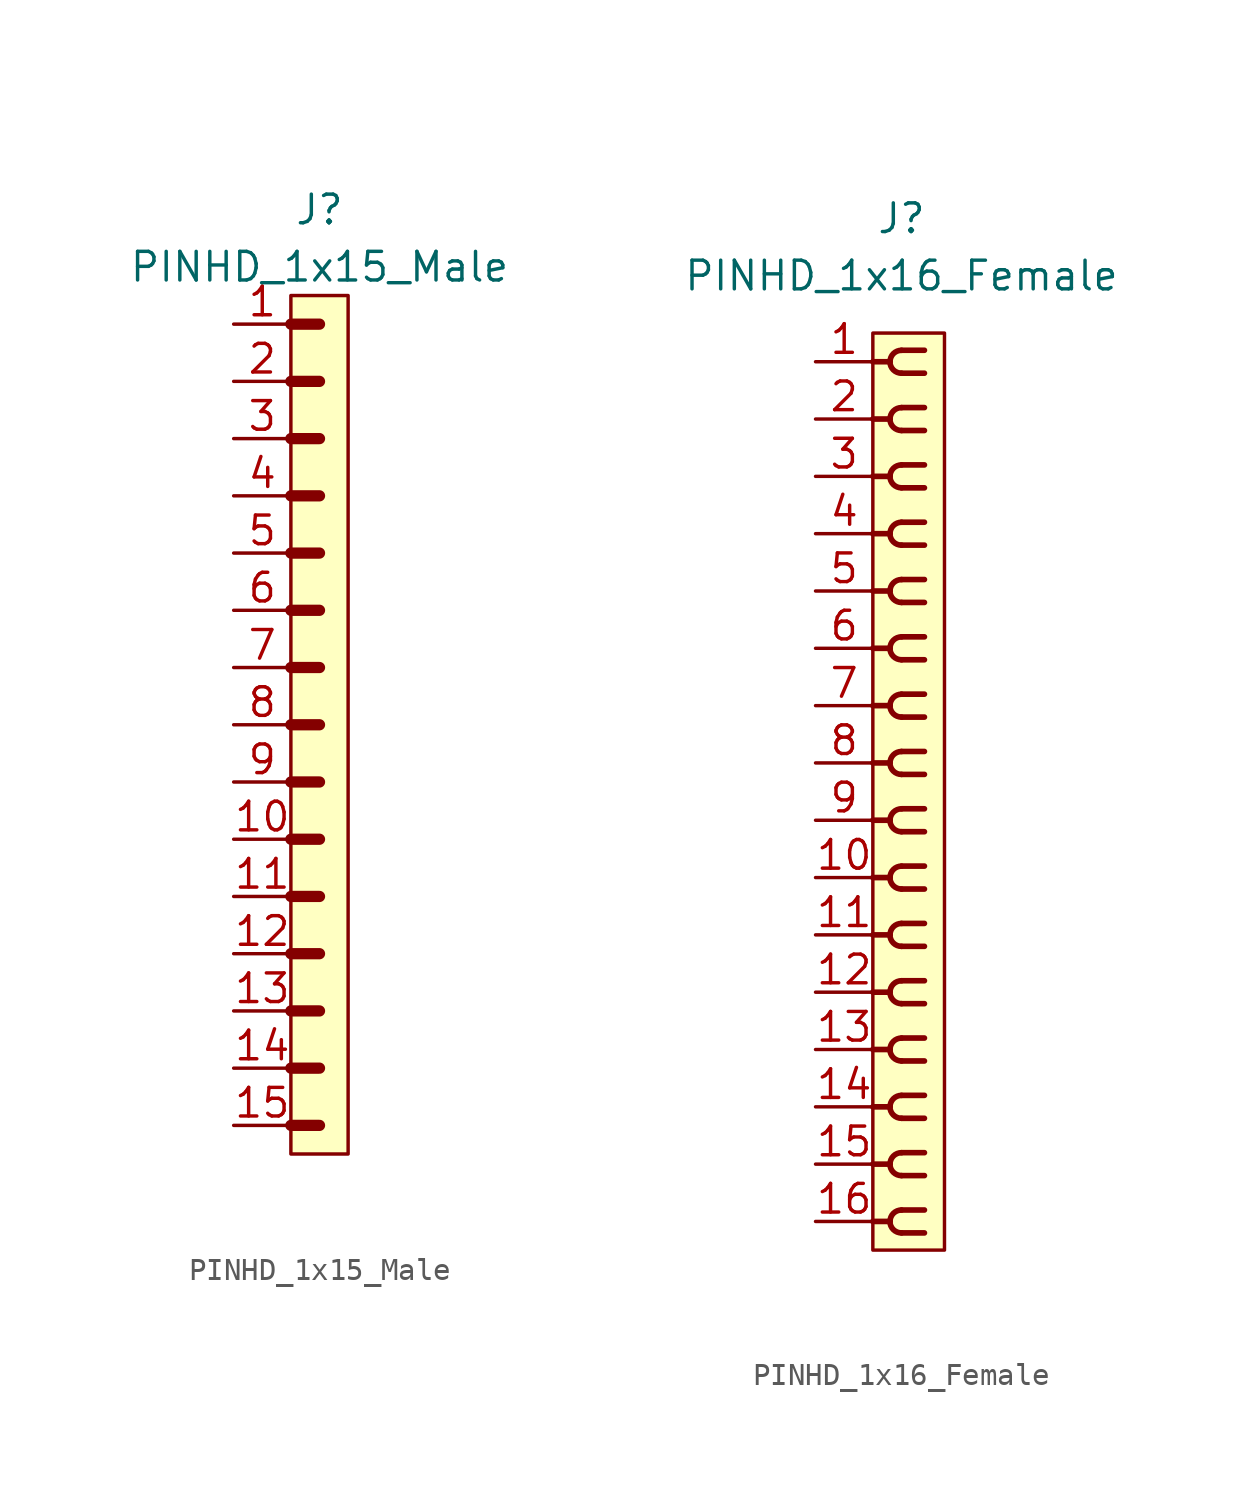
<source format=kicad_sym>
(kicad_symbol_lib
  (version 20220914)
  (generator kicad_symbol_editor)
  (symbol "PINHD_1x15_Male"
    (property "Reference" "J"
      (at 0 22.86 0)
      (effects (font (size 1.27 1.27))))
    (property "Value" "PINHD_1x15_Male"
      (at 0 20.32 0)
      (effects (font (size 1.27 1.27))))
    (symbol "PINHD_1x15_Male_0_1"
      (rectangle (start -1.27 19.05) (end 1.27 -19.05) (stroke (width 0) (type default)) (fill (type background)))
      (polyline (pts (xy -1.27 -17.78) (xy 0 -17.78)) (stroke (width 0.5) (type default)) (fill (type none)))
      (polyline (pts (xy -1.27 -15.24) (xy 0 -15.24)) (stroke (width 0.5) (type default)) (fill (type none)))
      (polyline (pts (xy -1.27 -12.7) (xy 0 -12.7)) (stroke (width 0.5) (type default)) (fill (type none)))
      (polyline (pts (xy -1.27 -10.16) (xy 0 -10.16)) (stroke (width 0.5) (type default)) (fill (type none)))
      (polyline (pts (xy -1.27 -7.62) (xy 0 -7.62)) (stroke (width 0.5) (type default)) (fill (type none)))
      (polyline (pts (xy -1.27 -5.08) (xy 0 -5.08)) (stroke (width 0.3) (type default)) (fill (type none)))
      (polyline (pts (xy -1.27 -5.08) (xy 0 -5.08)) (stroke (width 0.5) (type default)) (fill (type none)))
      (polyline (pts (xy -1.27 -2.54) (xy 0 -2.54)) (stroke (width 0.3) (type default)) (fill (type none)))
      (polyline (pts (xy -1.27 -2.54) (xy 0 -2.54)) (stroke (width 0.5) (type default)) (fill (type none)))
      (polyline (pts (xy -1.27 0) (xy 0 0)) (stroke (width 0.3) (type default)) (fill (type none)))
      (polyline (pts (xy -1.27 0) (xy 0 0)) (stroke (width 0.5) (type default)) (fill (type none)))
      (polyline (pts (xy -1.27 2.54) (xy 0 2.54)) (stroke (width 0.3) (type default)) (fill (type none)))
      (polyline (pts (xy -1.27 2.54) (xy 0 2.54)) (stroke (width 0.5) (type default)) (fill (type none)))
      (polyline (pts (xy -1.27 5.08) (xy 0 5.08)) (stroke (width 0.3) (type default)) (fill (type none)))
      (polyline (pts (xy -1.27 5.08) (xy 0 5.08)) (stroke (width 0.5) (type default)) (fill (type none)))
      (polyline (pts (xy -1.27 7.62) (xy 0 7.62)) (stroke (width 0.3) (type default)) (fill (type none)))
      (polyline (pts (xy -1.27 7.62) (xy 0 7.62)) (stroke (width 0.5) (type default)) (fill (type none)))
      (polyline (pts (xy -1.27 10.16) (xy 0 10.16)) (stroke (width 0.3) (type default)) (fill (type none)))
      (polyline (pts (xy -1.27 10.16) (xy 0 10.16)) (stroke (width 0.5) (type default)) (fill (type none)))
      (polyline (pts (xy -1.27 12.7) (xy 0 12.7)) (stroke (width 0.3) (type default)) (fill (type none)))
      (polyline (pts (xy -1.27 12.7) (xy 0 12.7)) (stroke (width 0.5) (type default)) (fill (type none)))
      (polyline (pts (xy -1.27 15.24) (xy 0 15.24)) (stroke (width 0.3) (type default)) (fill (type none)))
      (polyline (pts (xy -1.27 15.24) (xy 0 15.24)) (stroke (width 0.5) (type default)) (fill (type none)))
      (polyline (pts (xy -1.27 17.78) (xy 0 17.78)) (stroke (width 0.5) (type default)) (fill (type none))))
    (symbol "PINHD_1x15_Male_1_1"
      (pin passive line (at -3.81 17.78 0) (length 2.54) (name "" (effects (font (size 1.27 1.27)))) (number "1" (effects (font (size 1.27 1.27)))))
      (pin passive line (at -3.81 -5.08 0) (length 2.54) (name "" (effects (font (size 1.27 1.27)))) (number "10" (effects (font (size 1.27 1.27)))))
      (pin passive line (at -3.81 -7.62 0) (length 2.54) (name "" (effects (font (size 1.27 1.27)))) (number "11" (effects (font (size 1.27 1.27)))))
      (pin passive line (at -3.81 -10.16 0) (length 2.54) (name "" (effects (font (size 1.27 1.27)))) (number "12" (effects (font (size 1.27 1.27)))))
      (pin passive line (at -3.81 -12.7 0) (length 2.54) (name "" (effects (font (size 1.27 1.27)))) (number "13" (effects (font (size 1.27 1.27)))))
      (pin passive line (at -3.81 -15.24 0) (length 2.54) (name "" (effects (font (size 1.27 1.27)))) (number "14" (effects (font (size 1.27 1.27)))))
      (pin passive line (at -3.81 -17.78 0) (length 2.54) (name "" (effects (font (size 1.27 1.27)))) (number "15" (effects (font (size 1.27 1.27)))))
      (pin passive line (at -3.81 15.24 0) (length 2.54) (name "" (effects (font (size 1.27 1.27)))) (number "2" (effects (font (size 1.27 1.27)))))
      (pin passive line (at -3.81 12.7 0) (length 2.54) (name "" (effects (font (size 1.27 1.27)))) (number "3" (effects (font (size 1.27 1.27)))))
      (pin passive line (at -3.81 10.16 0) (length 2.54) (name "" (effects (font (size 1.27 1.27)))) (number "4" (effects (font (size 1.27 1.27)))))
      (pin passive line (at -3.81 7.62 0) (length 2.54) (name "" (effects (font (size 1.27 1.27)))) (number "5" (effects (font (size 1.27 1.27)))))
      (pin passive line (at -3.81 5.08 0) (length 2.54) (name "" (effects (font (size 1.27 1.27)))) (number "6" (effects (font (size 1.27 1.27)))))
      (pin passive line (at -3.81 2.54 0) (length 2.54) (name "" (effects (font (size 1.27 1.27)))) (number "7" (effects (font (size 1.27 1.27)))))
      (pin passive line (at -3.81 0 0) (length 2.54) (name "" (effects (font (size 1.27 1.27)))) (number "8" (effects (font (size 1.27 1.27)))))
      (pin passive line (at -3.81 -2.54 0) (length 2.54) (name "" (effects (font (size 1.27 1.27)))) (number "9" (effects (font (size 1.27 1.27)))))))
  (symbol "PINHD_1x16_Female"
    (property "Reference" "J"
      (at 0 25.4 0)
      (effects (font (size 1.27 1.27))))
    (property "Value" "PINHD_1x16_Female"
      (at 0 22.86 0)
      (effects (font (size 1.27 1.27))))
    (symbol "PINHD_1x16_Female_0_1"
      (rectangle (start -1.27 20.32) (end 1.905 -20.32) (stroke (width 0) (type default)) (fill (type background)))
      (arc (start -0.508 -19.05) (mid -0.3592 -19.4092) (end 0 -19.558) (stroke (width 0.25) (type default)) (fill (type none)))
      (arc (start -0.508 -16.51) (mid -0.3592 -16.8692) (end 0 -17.018) (stroke (width 0.25) (type default)) (fill (type none)))
      (arc (start -0.508 -13.97) (mid -0.3592 -14.3292) (end 0 -14.478) (stroke (width 0.25) (type default)) (fill (type none)))
      (arc (start -0.508 -11.43) (mid -0.3592 -11.7892) (end 0 -11.938) (stroke (width 0.25) (type default)) (fill (type none)))
      (arc (start -0.508 -8.89) (mid -0.3592 -9.2492) (end 0 -9.398) (stroke (width 0.25) (type default)) (fill (type none)))
      (arc (start -0.508 -6.35) (mid -0.3592 -6.7092) (end 0 -6.858) (stroke (width 0.25) (type default)) (fill (type none)))
      (arc (start -0.508 -3.81) (mid -0.3592 -4.1692) (end 0 -4.318) (stroke (width 0.25) (type default)) (fill (type none)))
      (arc (start -0.508 -1.27) (mid -0.3592 -1.6292) (end 0 -1.778) (stroke (width 0.25) (type default)) (fill (type none)))
      (arc (start -0.508 1.27) (mid -0.3592 0.9108) (end 0 0.762) (stroke (width 0.25) (type default)) (fill (type none)))
      (arc (start -0.508 3.81) (mid -0.3592 3.4508) (end 0 3.302) (stroke (width 0.25) (type default)) (fill (type none)))
      (arc (start -0.508 6.35) (mid -0.3592 5.9908) (end 0 5.842) (stroke (width 0.25) (type default)) (fill (type none)))
      (arc (start -0.508 8.89) (mid -0.3592 8.5308) (end 0 8.382) (stroke (width 0.25) (type default)) (fill (type none)))
      (arc (start -0.508 11.43) (mid -0.3592 11.0708) (end 0 10.922) (stroke (width 0.25) (type default)) (fill (type none)))
      (arc (start -0.508 13.97) (mid -0.3592 13.6108) (end 0 13.462) (stroke (width 0.25) (type default)) (fill (type none)))
      (arc (start -0.508 16.51) (mid -0.3592 16.1508) (end 0 16.002) (stroke (width 0.25) (type default)) (fill (type none)))
      (arc (start -0.508 19.05) (mid -0.3592 18.6908) (end 0 18.542) (stroke (width 0.25) (type default)) (fill (type none)))
      (arc (start 0 -18.542) (mid -0.3592 -18.6908) (end -0.508 -19.05) (stroke (width 0.25) (type default)) (fill (type none)))
      (arc (start 0 -16.002) (mid -0.3592 -16.1508) (end -0.508 -16.51) (stroke (width 0.25) (type default)) (fill (type none)))
      (arc (start 0 -13.462) (mid -0.3592 -13.6108) (end -0.508 -13.97) (stroke (width 0.25) (type default)) (fill (type none)))
      (arc (start 0 -10.922) (mid -0.3592 -11.0708) (end -0.508 -11.43) (stroke (width 0.25) (type default)) (fill (type none)))
      (arc (start 0 -8.382) (mid -0.3592 -8.5308) (end -0.508 -8.89) (stroke (width 0.25) (type default)) (fill (type none)))
      (arc (start 0 -5.842) (mid -0.3592 -5.9908) (end -0.508 -6.35) (stroke (width 0.25) (type default)) (fill (type none)))
      (arc (start 0 -3.302) (mid -0.3592 -3.4508) (end -0.508 -3.81) (stroke (width 0.25) (type default)) (fill (type none)))
      (arc (start 0 -0.762) (mid -0.3592 -0.9108) (end -0.508 -1.27) (stroke (width 0.25) (type default)) (fill (type none)))
      (polyline (pts (xy -1.27 -19.05) (xy -0.508 -19.05)) (stroke (width 0.25) (type default)) (fill (type none)))
      (polyline (pts (xy -1.27 -16.51) (xy -0.508 -16.51)) (stroke (width 0.25) (type default)) (fill (type none)))
      (polyline (pts (xy -1.27 -13.97) (xy -0.508 -13.97)) (stroke (width 0.25) (type default)) (fill (type none)))
      (polyline (pts (xy -1.27 -11.43) (xy -0.508 -11.43)) (stroke (width 0.25) (type default)) (fill (type none)))
      (polyline (pts (xy -1.27 -8.89) (xy -0.508 -8.89)) (stroke (width 0.25) (type default)) (fill (type none)))
      (polyline (pts (xy -1.27 -6.35) (xy -0.508 -6.35)) (stroke (width 0.25) (type default)) (fill (type none)))
      (polyline (pts (xy -1.27 -3.81) (xy -0.508 -3.81)) (stroke (width 0.25) (type default)) (fill (type none)))
      (polyline (pts (xy -1.27 -1.27) (xy -0.508 -1.27)) (stroke (width 0.25) (type default)) (fill (type none)))
      (polyline (pts (xy -1.27 1.27) (xy -0.508 1.27)) (stroke (width 0.25) (type default)) (fill (type none)))
      (polyline (pts (xy -1.27 3.81) (xy -0.508 3.81)) (stroke (width 0.25) (type default)) (fill (type none)))
      (polyline (pts (xy -1.27 6.35) (xy -0.508 6.35)) (stroke (width 0.25) (type default)) (fill (type none)))
      (polyline (pts (xy -1.27 8.89) (xy -0.508 8.89)) (stroke (width 0.25) (type default)) (fill (type none)))
      (polyline (pts (xy -1.27 11.43) (xy -0.508 11.43)) (stroke (width 0.25) (type default)) (fill (type none)))
      (polyline (pts (xy -1.27 13.97) (xy -0.508 13.97)) (stroke (width 0.25) (type default)) (fill (type none)))
      (polyline (pts (xy -1.27 16.51) (xy -0.508 16.51)) (stroke (width 0.25) (type default)) (fill (type none)))
      (polyline (pts (xy -1.27 19.05) (xy -0.508 19.05)) (stroke (width 0.25) (type default)) (fill (type none)))
      (polyline (pts (xy 0 -19.558) (xy 1.016 -19.558)) (stroke (width 0.25) (type default)) (fill (type none)))
      (polyline (pts (xy 0 -18.542) (xy 1.016 -18.542)) (stroke (width 0.25) (type default)) (fill (type none)))
      (polyline (pts (xy 0 -17.018) (xy 1.016 -17.018)) (stroke (width 0.25) (type default)) (fill (type none)))
      (polyline (pts (xy 0 -16.002) (xy 1.016 -16.002)) (stroke (width 0.25) (type default)) (fill (type none)))
      (polyline (pts (xy 0 -14.478) (xy 1.016 -14.478)) (stroke (width 0.25) (type default)) (fill (type none)))
      (polyline (pts (xy 0 -13.462) (xy 1.016 -13.462)) (stroke (width 0.25) (type default)) (fill (type none)))
      (polyline (pts (xy 0 -11.938) (xy 1.016 -11.938)) (stroke (width 0.25) (type default)) (fill (type none)))
      (polyline (pts (xy 0 -10.922) (xy 1.016 -10.922)) (stroke (width 0.25) (type default)) (fill (type none)))
      (polyline (pts (xy 0 -9.398) (xy 1.016 -9.398)) (stroke (width 0.25) (type default)) (fill (type none)))
      (polyline (pts (xy 0 -8.382) (xy 1.016 -8.382)) (stroke (width 0.25) (type default)) (fill (type none)))
      (polyline (pts (xy 0 -6.858) (xy 1.016 -6.858)) (stroke (width 0.25) (type default)) (fill (type none)))
      (polyline (pts (xy 0 -5.842) (xy 1.016 -5.842)) (stroke (width 0.25) (type default)) (fill (type none)))
      (polyline (pts (xy 0 -4.318) (xy 1.016 -4.318)) (stroke (width 0.25) (type default)) (fill (type none)))
      (polyline (pts (xy 0 -3.302) (xy 1.016 -3.302)) (stroke (width 0.25) (type default)) (fill (type none)))
      (polyline (pts (xy 0 -1.778) (xy 1.016 -1.778)) (stroke (width 0.25) (type default)) (fill (type none)))
      (polyline (pts (xy 0 -0.762) (xy 1.016 -0.762)) (stroke (width 0.25) (type default)) (fill (type none)))
      (polyline (pts (xy 0 0.762) (xy 1.016 0.762)) (stroke (width 0.25) (type default)) (fill (type none)))
      (polyline (pts (xy 0 1.778) (xy 1.016 1.778)) (stroke (width 0.25) (type default)) (fill (type none)))
      (polyline (pts (xy 0 3.302) (xy 1.016 3.302)) (stroke (width 0.25) (type default)) (fill (type none)))
      (polyline (pts (xy 0 4.318) (xy 1.016 4.318)) (stroke (width 0.25) (type default)) (fill (type none)))
      (polyline (pts (xy 0 5.842) (xy 1.016 5.842)) (stroke (width 0.25) (type default)) (fill (type none)))
      (polyline (pts (xy 0 6.858) (xy 1.016 6.858)) (stroke (width 0.25) (type default)) (fill (type none)))
      (polyline (pts (xy 0 8.382) (xy 1.016 8.382)) (stroke (width 0.25) (type default)) (fill (type none)))
      (polyline (pts (xy 0 9.398) (xy 1.016 9.398)) (stroke (width 0.25) (type default)) (fill (type none)))
      (polyline (pts (xy 0 10.922) (xy 1.016 10.922)) (stroke (width 0.25) (type default)) (fill (type none)))
      (polyline (pts (xy 0 11.938) (xy 1.016 11.938)) (stroke (width 0.25) (type default)) (fill (type none)))
      (polyline (pts (xy 0 13.462) (xy 1.016 13.462)) (stroke (width 0.25) (type default)) (fill (type none)))
      (polyline (pts (xy 0 14.478) (xy 1.016 14.478)) (stroke (width 0.25) (type default)) (fill (type none)))
      (polyline (pts (xy 0 16.002) (xy 1.016 16.002)) (stroke (width 0.25) (type default)) (fill (type none)))
      (polyline (pts (xy 0 17.018) (xy 1.016 17.018)) (stroke (width 0.25) (type default)) (fill (type none)))
      (polyline (pts (xy 0 18.542) (xy 1.016 18.542)) (stroke (width 0.25) (type default)) (fill (type none)))
      (polyline (pts (xy 0 19.558) (xy 1.016 19.558)) (stroke (width 0.25) (type default)) (fill (type none)))
      (arc (start 0 1.778) (mid -0.3592 1.6292) (end -0.508 1.27) (stroke (width 0.25) (type default)) (fill (type none)))
      (arc (start 0 4.318) (mid -0.3592 4.1692) (end -0.508 3.81) (stroke (width 0.25) (type default)) (fill (type none)))
      (arc (start 0 6.858) (mid -0.3592 6.7092) (end -0.508 6.35) (stroke (width 0.25) (type default)) (fill (type none)))
      (arc (start 0 9.398) (mid -0.3592 9.2492) (end -0.508 8.89) (stroke (width 0.25) (type default)) (fill (type none)))
      (arc (start 0 11.938) (mid -0.3592 11.7892) (end -0.508 11.43) (stroke (width 0.25) (type default)) (fill (type none)))
      (arc (start 0 14.478) (mid -0.3592 14.3292) (end -0.508 13.97) (stroke (width 0.25) (type default)) (fill (type none)))
      (arc (start 0 17.018) (mid -0.3592 16.8692) (end -0.508 16.51) (stroke (width 0.25) (type default)) (fill (type none)))
      (arc (start 0 19.558) (mid -0.3592 19.4092) (end -0.508 19.05) (stroke (width 0.25) (type default)) (fill (type none))))
    (symbol "PINHD_1x16_Female_1_1"
      (pin passive line (at -3.81 19.05 0) (length 2.54) (name "" (effects (font (size 1.27 1.27)))) (number "1" (effects (font (size 1.27 1.27)))))
      (pin passive line (at -3.81 -3.81 0) (length 2.54) (name "" (effects (font (size 1.27 1.27)))) (number "10" (effects (font (size 1.27 1.27)))))
      (pin passive line (at -3.81 -6.35 0) (length 2.54) (name "" (effects (font (size 1.27 1.27)))) (number "11" (effects (font (size 1.27 1.27)))))
      (pin passive line (at -3.81 -8.89 0) (length 2.54) (name "" (effects (font (size 1.27 1.27)))) (number "12" (effects (font (size 1.27 1.27)))))
      (pin passive line (at -3.81 -11.43 0) (length 2.54) (name "" (effects (font (size 1.27 1.27)))) (number "13" (effects (font (size 1.27 1.27)))))
      (pin passive line (at -3.81 -13.97 0) (length 2.54) (name "" (effects (font (size 1.27 1.27)))) (number "14" (effects (font (size 1.27 1.27)))))
      (pin passive line (at -3.81 -16.51 0) (length 2.54) (name "" (effects (font (size 1.27 1.27)))) (number "15" (effects (font (size 1.27 1.27)))))
      (pin passive line (at -3.81 -19.05 0) (length 2.54) (name "" (effects (font (size 1.27 1.27)))) (number "16" (effects (font (size 1.27 1.27)))))
      (pin passive line (at -3.81 16.51 0) (length 2.54) (name "" (effects (font (size 1.27 1.27)))) (number "2" (effects (font (size 1.27 1.27)))))
      (pin passive line (at -3.81 13.97 0) (length 2.54) (name "" (effects (font (size 1.27 1.27)))) (number "3" (effects (font (size 1.27 1.27)))))
      (pin passive line (at -3.81 11.43 0) (length 2.54) (name "" (effects (font (size 1.27 1.27)))) (number "4" (effects (font (size 1.27 1.27)))))
      (pin passive line (at -3.81 8.89 0) (length 2.54) (name "" (effects (font (size 1.27 1.27)))) (number "5" (effects (font (size 1.27 1.27)))))
      (pin passive line (at -3.81 6.35 0) (length 2.54) (name "" (effects (font (size 1.27 1.27)))) (number "6" (effects (font (size 1.27 1.27)))))
      (pin passive line (at -3.81 3.81 0) (length 2.54) (name "" (effects (font (size 1.27 1.27)))) (number "7" (effects (font (size 1.27 1.27)))))
      (pin passive line (at -3.81 1.27 0) (length 2.54) (name "" (effects (font (size 1.27 1.27)))) (number "8" (effects (font (size 1.27 1.27)))))
      (pin passive line (at -3.81 -1.27 0) (length 2.54) (name "" (effects (font (size 1.27 1.27)))) (number "9" (effects (font (size 1.27 1.27))))))))
</source>
